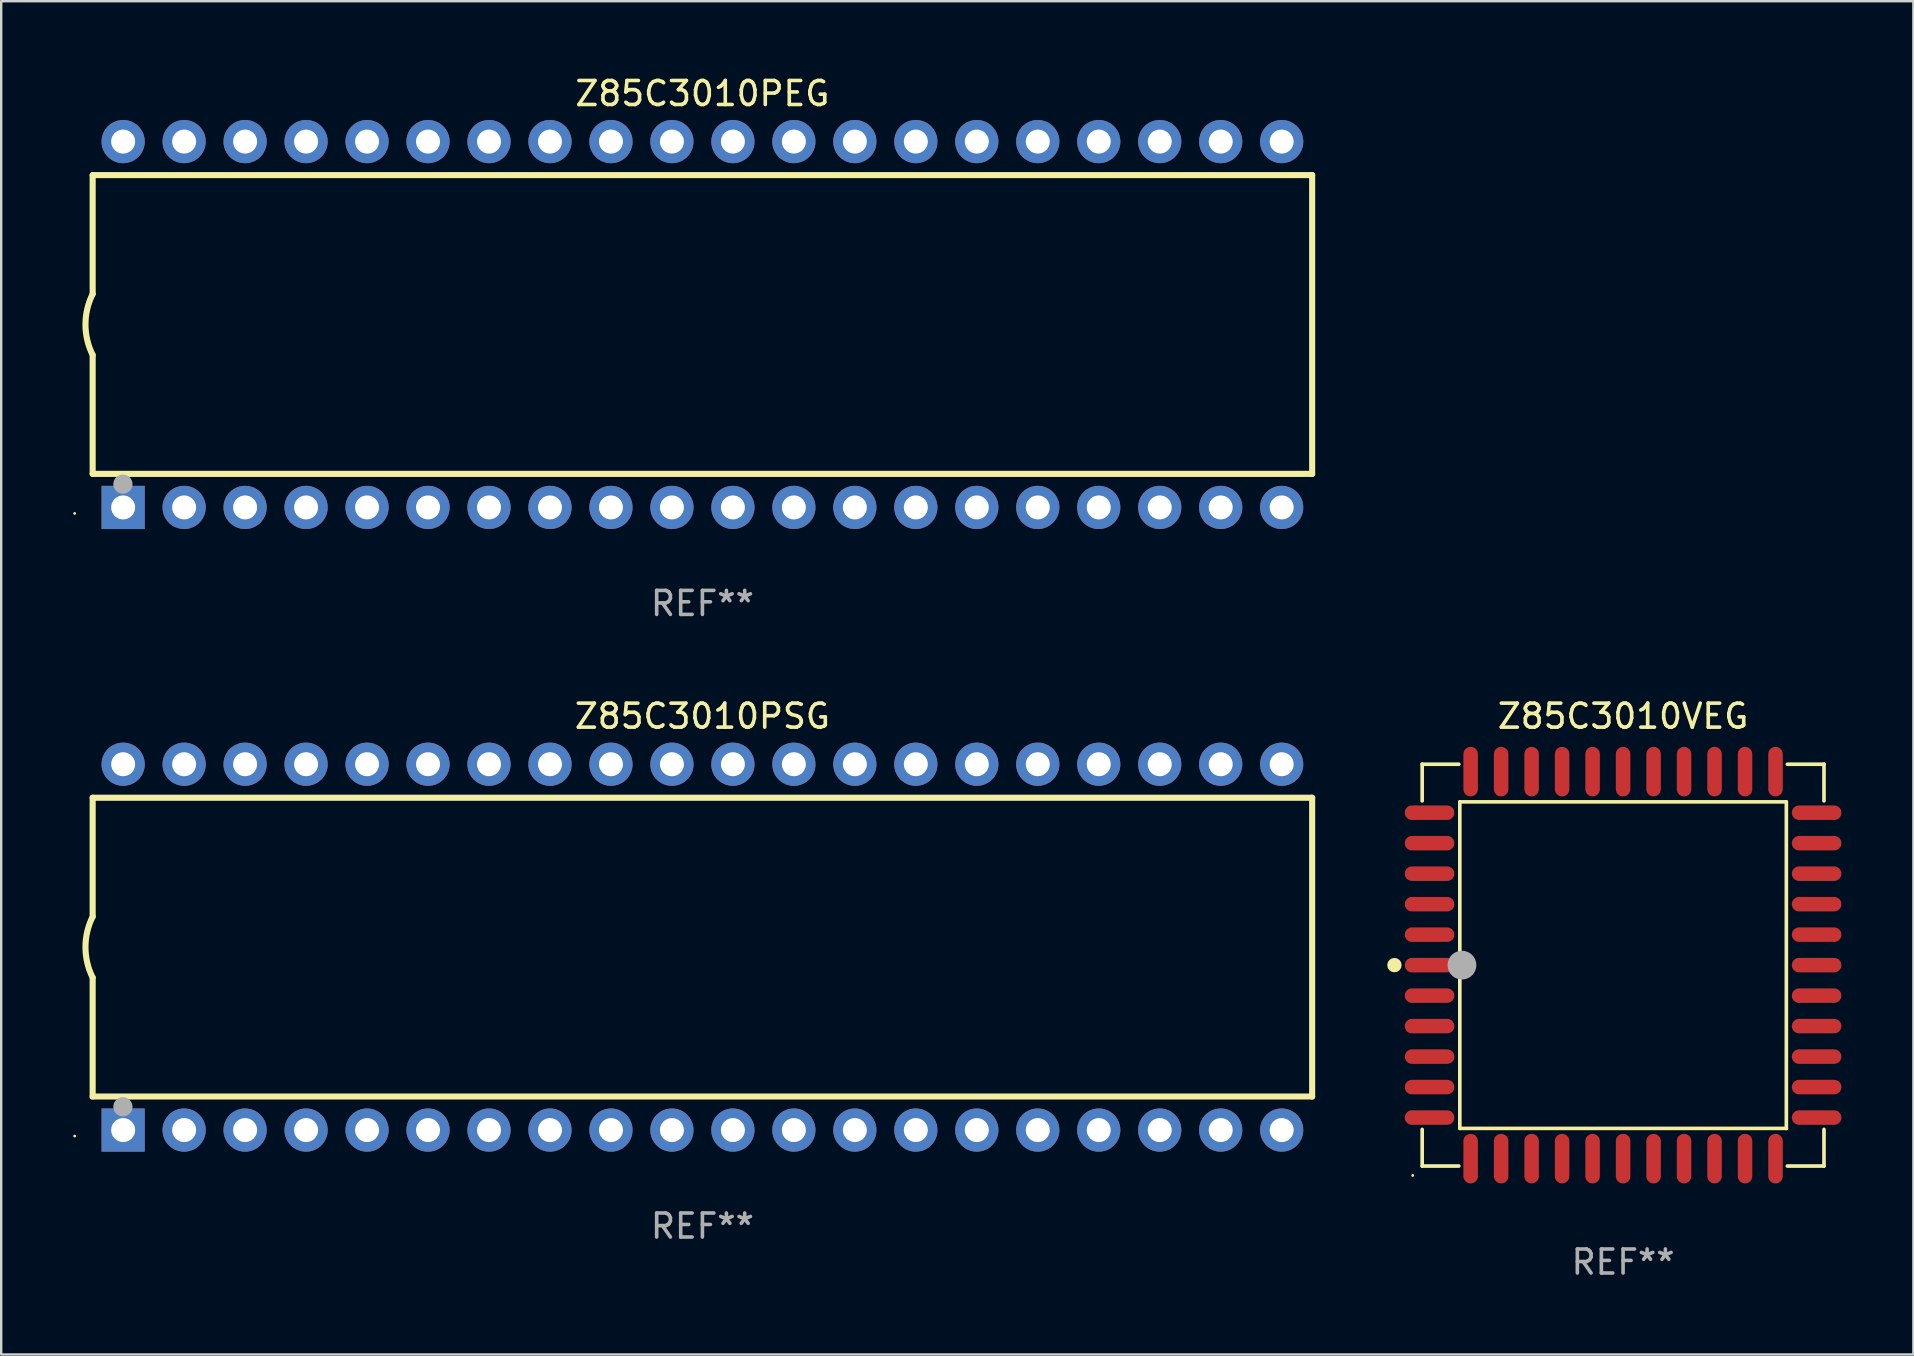
<source format=kicad_pcb>
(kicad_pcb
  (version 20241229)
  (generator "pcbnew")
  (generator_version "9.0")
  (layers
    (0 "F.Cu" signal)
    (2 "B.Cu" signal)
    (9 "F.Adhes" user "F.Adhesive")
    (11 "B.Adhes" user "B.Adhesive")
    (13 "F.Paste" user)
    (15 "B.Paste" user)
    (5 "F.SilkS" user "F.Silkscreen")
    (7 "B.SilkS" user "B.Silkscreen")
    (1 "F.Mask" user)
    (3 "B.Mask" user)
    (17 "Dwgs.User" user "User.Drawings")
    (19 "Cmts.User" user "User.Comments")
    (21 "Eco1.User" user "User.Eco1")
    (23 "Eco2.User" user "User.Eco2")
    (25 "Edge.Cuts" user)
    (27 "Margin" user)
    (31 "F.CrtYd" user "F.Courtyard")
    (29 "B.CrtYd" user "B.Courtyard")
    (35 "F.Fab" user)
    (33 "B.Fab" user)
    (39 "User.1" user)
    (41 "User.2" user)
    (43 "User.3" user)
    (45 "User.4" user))
  (footprint "Z85C3010VEG"
    (layer "F.Cu")
    (at 64.562 37.154)
    (property "Reference" "Z85C3010VEG" (at 0 -10.369 0) (layer "F.SilkS") (effects (font (size 1 1) (thickness 0.15))))
    (attr through_hole)
    (fp_line (start -8.369 -8.369) (end -6.843 -8.369) (stroke (width 0.152) (type solid)) (layer "F.SilkS"))
    (fp_line (start -8.369 -6.843) (end -8.369 -8.369) (stroke (width 0.152) (type solid)) (layer "F.SilkS"))
    (fp_line (start -8.369 6.843) (end -8.369 8.369) (stroke (width 0.152) (type solid)) (layer "F.SilkS"))
    (fp_line (start -8.369 8.369) (end -6.843 8.369) (stroke (width 0.152) (type solid)) (layer "F.SilkS"))
    (fp_line (start -6.801 -6.801) (end 6.801 -6.801) (stroke (width 0.152) (type solid)) (layer "F.SilkS"))
    (fp_line (start -6.801 6.801) (end -6.801 -6.801) (stroke (width 0.152) (type solid)) (layer "F.SilkS"))
    (fp_line (start 6.801 -6.801) (end 6.801 6.801) (stroke (width 0.152) (type solid)) (layer "F.SilkS"))
    (fp_line (start 6.801 6.801) (end -6.801 6.801) (stroke (width 0.152) (type solid)) (layer "F.SilkS"))
    (fp_line (start 8.369 -8.369) (end 6.843 -8.369) (stroke (width 0.152) (type solid)) (layer "F.SilkS"))
    (fp_line (start 8.369 -6.843) (end 8.369 -8.369) (stroke (width 0.152) (type solid)) (layer "F.SilkS"))
    (fp_line (start 8.369 6.843) (end 8.369 8.369) (stroke (width 0.152) (type solid)) (layer "F.SilkS"))
    (fp_line (start 8.369 8.369) (end 6.843 8.369) (stroke (width 0.152) (type solid)) (layer "F.SilkS"))
    (fp_circle (center -9.525 -0.000127) (end -9.375 -0.000127) (stroke (width 0.3) (type solid)) (fill no) (layer "F.SilkS"))
    (fp_circle (center -8.763 8.763) (end -8.733 8.763) (stroke (width 0.06) (type solid)) (fill no) (layer "F.SilkS"))
    (fp_circle (center -6.712 -0.000127) (end -6.412 -0.000127) (stroke (width 0.6) (type solid)) (fill no) (layer "F.Fab"))
    (fp_text user "REF**" (at 0 12.369 0) (layer "F.Fab") (effects (font (size 1 1) (thickness 0.15))))
    (pad "1" smd oval (at -8.061 -0.000127 90) (size 0.604 2.064) (layers "F.Cu" "F.Mask" "F.Paste"))
    (pad "2" smd oval (at -8.061 1.27 90) (size 0.604 2.064) (layers "F.Cu" "F.Mask" "F.Paste"))
    (pad "3" smd oval (at -8.061 2.54 90) (size 0.604 2.064) (layers "F.Cu" "F.Mask" "F.Paste"))
    (pad "4" smd oval (at -8.061 3.81 90) (size 0.604 2.064) (layers "F.Cu" "F.Mask" "F.Paste"))
    (pad "5" smd oval (at -8.061 5.08 90) (size 0.604 2.064) (layers "F.Cu" "F.Mask" "F.Paste"))
    (pad "6" smd oval (at -8.061 6.35 90) (size 0.604 2.064) (layers "F.Cu" "F.Mask" "F.Paste"))
    (pad "7" smd oval (at -6.35 8.061 90) (size 2.064 0.604) (layers "F.Cu" "F.Mask" "F.Paste"))
    (pad "8" smd oval (at -5.08 8.061 90) (size 2.064 0.604) (layers "F.Cu" "F.Mask" "F.Paste"))
    (pad "9" smd oval (at -3.81 8.061 90) (size 2.064 0.604) (layers "F.Cu" "F.Mask" "F.Paste"))
    (pad "10" smd oval (at -2.54 8.061 90) (size 2.064 0.604) (layers "F.Cu" "F.Mask" "F.Paste"))
    (pad "11" smd oval (at -1.27 8.061 90) (size 2.064 0.604) (layers "F.Cu" "F.Mask" "F.Paste"))
    (pad "12" smd oval (at 0.000076 8.061 90) (size 2.064 0.604) (layers "F.Cu" "F.Mask" "F.Paste"))
    (pad "13" smd oval (at 1.27 8.061 90) (size 2.064 0.604) (layers "F.Cu" "F.Mask" "F.Paste"))
    (pad "14" smd oval (at 2.54 8.061 90) (size 2.064 0.604) (layers "F.Cu" "F.Mask" "F.Paste"))
    (pad "15" smd oval (at 3.81 8.061 90) (size 2.064 0.604) (layers "F.Cu" "F.Mask" "F.Paste"))
    (pad "16" smd oval (at 5.08 8.061 90) (size 2.064 0.604) (layers "F.Cu" "F.Mask" "F.Paste"))
    (pad "17" smd oval (at 6.35 8.061 90) (size 2.064 0.604) (layers "F.Cu" "F.Mask" "F.Paste"))
    (pad "18" smd oval (at 8.062 6.35 90) (size 0.604 2.064) (layers "F.Cu" "F.Mask" "F.Paste"))
    (pad "19" smd oval (at 8.062 5.08 90) (size 0.604 2.064) (layers "F.Cu" "F.Mask" "F.Paste"))
    (pad "20" smd oval (at 8.062 3.81 90) (size 0.604 2.064) (layers "F.Cu" "F.Mask" "F.Paste"))
    (pad "21" smd oval (at 8.062 2.54 90) (size 0.604 2.064) (layers "F.Cu" "F.Mask" "F.Paste"))
    (pad "22" smd oval (at 8.062 1.27 90) (size 0.604 2.064) (layers "F.Cu" "F.Mask" "F.Paste"))
    (pad "23" smd oval (at 8.062 -0.000127 90) (size 0.604 2.064) (layers "F.Cu" "F.Mask" "F.Paste"))
    (pad "24" smd oval (at 8.062 -1.27 90) (size 0.604 2.064) (layers "F.Cu" "F.Mask" "F.Paste"))
    (pad "25" smd oval (at 8.062 -2.54 90) (size 0.604 2.064) (layers "F.Cu" "F.Mask" "F.Paste"))
    (pad "26" smd oval (at 8.062 -3.81 90) (size 0.604 2.064) (layers "F.Cu" "F.Mask" "F.Paste"))
    (pad "27" smd oval (at 8.062 -5.08 90) (size 0.604 2.064) (layers "F.Cu" "F.Mask" "F.Paste"))
    (pad "28" smd oval (at 8.062 -6.35 90) (size 0.604 2.064) (layers "F.Cu" "F.Mask" "F.Paste"))
    (pad "29" smd oval (at 6.35 -8.061 90) (size 2.064 0.604) (layers "F.Cu" "F.Mask" "F.Paste"))
    (pad "30" smd oval (at 5.08 -8.061 90) (size 2.064 0.604) (layers "F.Cu" "F.Mask" "F.Paste"))
    (pad "31" smd oval (at 3.81 -8.061 90) (size 2.064 0.604) (layers "F.Cu" "F.Mask" "F.Paste"))
    (pad "32" smd oval (at 2.54 -8.061 90) (size 2.064 0.604) (layers "F.Cu" "F.Mask" "F.Paste"))
    (pad "33" smd oval (at 1.27 -8.061 90) (size 2.064 0.604) (layers "F.Cu" "F.Mask" "F.Paste"))
    (pad "34" smd oval (at 0.000076 -8.061 90) (size 2.064 0.604) (layers "F.Cu" "F.Mask" "F.Paste"))
    (pad "35" smd oval (at -1.27 -8.061 90) (size 2.064 0.604) (layers "F.Cu" "F.Mask" "F.Paste"))
    (pad "36" smd oval (at -2.54 -8.061 90) (size 2.064 0.604) (layers "F.Cu" "F.Mask" "F.Paste"))
    (pad "37" smd oval (at -3.81 -8.061 90) (size 2.064 0.604) (layers "F.Cu" "F.Mask" "F.Paste"))
    (pad "38" smd oval (at -5.08 -8.061 90) (size 2.064 0.604) (layers "F.Cu" "F.Mask" "F.Paste"))
    (pad "39" smd oval (at -6.35 -8.061 90) (size 2.064 0.604) (layers "F.Cu" "F.Mask" "F.Paste"))
    (pad "40" smd oval (at -8.061 -6.35 90) (size 0.604 2.064) (layers "F.Cu" "F.Mask" "F.Paste"))
    (pad "41" smd oval (at -8.061 -5.08 90) (size 0.604 2.064) (layers "F.Cu" "F.Mask" "F.Paste"))
    (pad "42" smd oval (at -8.061 -3.81 90) (size 0.604 2.064) (layers "F.Cu" "F.Mask" "F.Paste"))
    (pad "43" smd oval (at -8.061 -2.54 90) (size 0.604 2.064) (layers "F.Cu" "F.Mask" "F.Paste"))
    (pad "44" smd oval (at -8.061 -1.27 90) (size 0.604 2.064) (layers "F.Cu" "F.Mask" "F.Paste")))
  (footprint "Z85C3010PEG"
    (layer "F.Cu")
    (at 26.21 10.468)
    (property "Reference" "Z85C3010PEG" (at 0 -9.62 0) (layer "F.SilkS") (effects (font (size 1 1) (thickness 0.15))))
    (attr through_hole)
    (fp_line (start -25.4 -6.224) (end -25.4 -1.271) (stroke (width 0.254) (type solid)) (layer "F.SilkS"))
    (fp_line (start -25.4 -6.224) (end 25.4 -6.224) (stroke (width 0.254) (type solid)) (layer "F.SilkS"))
    (fp_line (start -25.4 1.269) (end -25.4 6.222) (stroke (width 0.254) (type solid)) (layer "F.SilkS"))
    (fp_line (start -25.4 6.222) (end 25.4 6.222) (stroke (width 0.254) (type solid)) (layer "F.SilkS"))
    (fp_line (start 25.4 6.222) (end 25.4 -6.224) (stroke (width 0.254) (type solid)) (layer "F.SilkS"))
    (fp_arc (start -25.4 1.269241) (mid -25.699807 -0.000762) (end -25.4 -1.270765) (stroke (width 0.254001) (type solid)) (layer "F.SilkS"))
    (fp_circle (center -26.15 7.87) (end -26.12 7.87) (stroke (width 0.06) (type solid)) (fill no) (layer "F.SilkS"))
    (fp_circle (center -24.14 6.65) (end -23.94 6.65) (stroke (width 0.4) (type solid)) (fill no) (layer "F.Fab"))
    (fp_text user "REF**" (at 0 11.62 0) (layer "F.Fab") (effects (font (size 1 1) (thickness 0.15))))
    (pad "1" thru_hole rect (at -24.13 7.62 90) (size 1.8 1.8) (drill 1) (layers "*.Cu" "*.Mask"))
    (pad "2" thru_hole circle (at -21.59 7.62) (size 1.8 1.8) (drill 1) (layers "*.Cu" "*.Mask"))
    (pad "3" thru_hole circle (at -19.05 7.62) (size 1.8 1.8) (drill 1) (layers "*.Cu" "*.Mask"))
    (pad "4" thru_hole circle (at -16.51 7.62) (size 1.8 1.8) (drill 1) (layers "*.Cu" "*.Mask"))
    (pad "5" thru_hole circle (at -13.97 7.62) (size 1.8 1.8) (drill 1) (layers "*.Cu" "*.Mask"))
    (pad "6" thru_hole circle (at -11.43 7.62) (size 1.8 1.8) (drill 1) (layers "*.Cu" "*.Mask"))
    (pad "7" thru_hole circle (at -8.89 7.62) (size 1.8 1.8) (drill 1) (layers "*.Cu" "*.Mask"))
    (pad "8" thru_hole circle (at -6.35 7.62) (size 1.8 1.8) (drill 1) (layers "*.Cu" "*.Mask"))
    (pad "9" thru_hole circle (at -3.81 7.62) (size 1.8 1.8) (drill 1) (layers "*.Cu" "*.Mask"))
    (pad "10" thru_hole circle (at -1.27 7.62) (size 1.8 1.8) (drill 1) (layers "*.Cu" "*.Mask"))
    (pad "11" thru_hole circle (at 1.27 7.62) (size 1.8 1.8) (drill 1) (layers "*.Cu" "*.Mask"))
    (pad "12" thru_hole circle (at 3.81 7.62) (size 1.8 1.8) (drill 1) (layers "*.Cu" "*.Mask"))
    (pad "13" thru_hole circle (at 6.35 7.62) (size 1.8 1.8) (drill 1) (layers "*.Cu" "*.Mask"))
    (pad "14" thru_hole circle (at 8.89 7.62) (size 1.8 1.8) (drill 1) (layers "*.Cu" "*.Mask"))
    (pad "15" thru_hole circle (at 11.43 7.62) (size 1.8 1.8) (drill 1) (layers "*.Cu" "*.Mask"))
    (pad "16" thru_hole circle (at 13.97 7.62) (size 1.8 1.8) (drill 1) (layers "*.Cu" "*.Mask"))
    (pad "17" thru_hole circle (at 16.51 7.62) (size 1.8 1.8) (drill 1) (layers "*.Cu" "*.Mask"))
    (pad "18" thru_hole circle (at 19.05 7.62) (size 1.8 1.8) (drill 1) (layers "*.Cu" "*.Mask"))
    (pad "19" thru_hole circle (at 21.59 7.62) (size 1.8 1.8) (drill 1) (layers "*.Cu" "*.Mask"))
    (pad "20" thru_hole circle (at 24.13 7.62) (size 1.8 1.8) (drill 1) (layers "*.Cu" "*.Mask"))
    (pad "21" thru_hole circle (at 24.13 -7.62) (size 1.8 1.8) (drill 1) (layers "*.Cu" "*.Mask"))
    (pad "22" thru_hole circle (at 21.59 -7.62) (size 1.8 1.8) (drill 1) (layers "*.Cu" "*.Mask"))
    (pad "23" thru_hole circle (at 19.05 -7.62) (size 1.8 1.8) (drill 1) (layers "*.Cu" "*.Mask"))
    (pad "24" thru_hole circle (at 16.51 -7.62) (size 1.8 1.8) (drill 1) (layers "*.Cu" "*.Mask"))
    (pad "25" thru_hole circle (at 13.97 -7.62) (size 1.8 1.8) (drill 1) (layers "*.Cu" "*.Mask"))
    (pad "26" thru_hole circle (at 11.43 -7.62) (size 1.8 1.8) (drill 1) (layers "*.Cu" "*.Mask"))
    (pad "27" thru_hole circle (at 8.89 -7.62) (size 1.8 1.8) (drill 1) (layers "*.Cu" "*.Mask"))
    (pad "28" thru_hole circle (at 6.35 -7.62) (size 1.8 1.8) (drill 1) (layers "*.Cu" "*.Mask"))
    (pad "29" thru_hole circle (at 3.81 -7.62) (size 1.8 1.8) (drill 1) (layers "*.Cu" "*.Mask"))
    (pad "30" thru_hole circle (at 1.27 -7.62) (size 1.8 1.8) (drill 1) (layers "*.Cu" "*.Mask"))
    (pad "31" thru_hole circle (at -1.27 -7.62) (size 1.8 1.8) (drill 1) (layers "*.Cu" "*.Mask"))
    (pad "32" thru_hole circle (at -3.81 -7.62) (size 1.8 1.8) (drill 1) (layers "*.Cu" "*.Mask"))
    (pad "33" thru_hole circle (at -6.35 -7.62) (size 1.8 1.8) (drill 1) (layers "*.Cu" "*.Mask"))
    (pad "34" thru_hole circle (at -8.89 -7.62) (size 1.8 1.8) (drill 1) (layers "*.Cu" "*.Mask"))
    (pad "35" thru_hole circle (at -11.43 -7.62) (size 1.8 1.8) (drill 1) (layers "*.Cu" "*.Mask"))
    (pad "36" thru_hole circle (at -13.97 -7.62) (size 1.8 1.8) (drill 1) (layers "*.Cu" "*.Mask"))
    (pad "37" thru_hole circle (at -16.51 -7.62) (size 1.8 1.8) (drill 1) (layers "*.Cu" "*.Mask"))
    (pad "38" thru_hole circle (at -19.05 -7.62) (size 1.8 1.8) (drill 1) (layers "*.Cu" "*.Mask"))
    (pad "39" thru_hole circle (at -21.59 -7.62) (size 1.8 1.8) (drill 1) (layers "*.Cu" "*.Mask"))
    (pad "40" thru_hole circle (at -24.13 -7.62) (size 1.8 1.8) (drill 1) (layers "*.Cu" "*.Mask")))
  (footprint "Z85C3010PSG"
    (layer "F.Cu")
    (at 26.21 36.405)
    (property "Reference" "Z85C3010PSG" (at 0 -9.62 0) (layer "F.SilkS") (effects (font (size 1 1) (thickness 0.15))))
    (attr through_hole)
    (fp_line (start -25.4 -6.224) (end -25.4 -1.271) (stroke (width 0.254) (type solid)) (layer "F.SilkS"))
    (fp_line (start -25.4 -6.224) (end 25.4 -6.224) (stroke (width 0.254) (type solid)) (layer "F.SilkS"))
    (fp_line (start -25.4 1.269) (end -25.4 6.222) (stroke (width 0.254) (type solid)) (layer "F.SilkS"))
    (fp_line (start -25.4 6.222) (end 25.4 6.222) (stroke (width 0.254) (type solid)) (layer "F.SilkS"))
    (fp_line (start 25.4 6.222) (end 25.4 -6.224) (stroke (width 0.254) (type solid)) (layer "F.SilkS"))
    (fp_arc (start -25.4 1.269241) (mid -25.699807 -0.000762) (end -25.4 -1.270765) (stroke (width 0.254001) (type solid)) (layer "F.SilkS"))
    (fp_circle (center -26.15 7.87) (end -26.12 7.87) (stroke (width 0.06) (type solid)) (fill no) (layer "F.SilkS"))
    (fp_circle (center -24.14 6.65) (end -23.94 6.65) (stroke (width 0.4) (type solid)) (fill no) (layer "F.Fab"))
    (fp_text user "REF**" (at 0 11.62 0) (layer "F.Fab") (effects (font (size 1 1) (thickness 0.15))))
    (pad "1" thru_hole rect (at -24.13 7.62 90) (size 1.8 1.8) (drill 1) (layers "*.Cu" "*.Mask"))
    (pad "2" thru_hole circle (at -21.59 7.62) (size 1.8 1.8) (drill 1) (layers "*.Cu" "*.Mask"))
    (pad "3" thru_hole circle (at -19.05 7.62) (size 1.8 1.8) (drill 1) (layers "*.Cu" "*.Mask"))
    (pad "4" thru_hole circle (at -16.51 7.62) (size 1.8 1.8) (drill 1) (layers "*.Cu" "*.Mask"))
    (pad "5" thru_hole circle (at -13.97 7.62) (size 1.8 1.8) (drill 1) (layers "*.Cu" "*.Mask"))
    (pad "6" thru_hole circle (at -11.43 7.62) (size 1.8 1.8) (drill 1) (layers "*.Cu" "*.Mask"))
    (pad "7" thru_hole circle (at -8.89 7.62) (size 1.8 1.8) (drill 1) (layers "*.Cu" "*.Mask"))
    (pad "8" thru_hole circle (at -6.35 7.62) (size 1.8 1.8) (drill 1) (layers "*.Cu" "*.Mask"))
    (pad "9" thru_hole circle (at -3.81 7.62) (size 1.8 1.8) (drill 1) (layers "*.Cu" "*.Mask"))
    (pad "10" thru_hole circle (at -1.27 7.62) (size 1.8 1.8) (drill 1) (layers "*.Cu" "*.Mask"))
    (pad "11" thru_hole circle (at 1.27 7.62) (size 1.8 1.8) (drill 1) (layers "*.Cu" "*.Mask"))
    (pad "12" thru_hole circle (at 3.81 7.62) (size 1.8 1.8) (drill 1) (layers "*.Cu" "*.Mask"))
    (pad "13" thru_hole circle (at 6.35 7.62) (size 1.8 1.8) (drill 1) (layers "*.Cu" "*.Mask"))
    (pad "14" thru_hole circle (at 8.89 7.62) (size 1.8 1.8) (drill 1) (layers "*.Cu" "*.Mask"))
    (pad "15" thru_hole circle (at 11.43 7.62) (size 1.8 1.8) (drill 1) (layers "*.Cu" "*.Mask"))
    (pad "16" thru_hole circle (at 13.97 7.62) (size 1.8 1.8) (drill 1) (layers "*.Cu" "*.Mask"))
    (pad "17" thru_hole circle (at 16.51 7.62) (size 1.8 1.8) (drill 1) (layers "*.Cu" "*.Mask"))
    (pad "18" thru_hole circle (at 19.05 7.62) (size 1.8 1.8) (drill 1) (layers "*.Cu" "*.Mask"))
    (pad "19" thru_hole circle (at 21.59 7.62) (size 1.8 1.8) (drill 1) (layers "*.Cu" "*.Mask"))
    (pad "20" thru_hole circle (at 24.13 7.62) (size 1.8 1.8) (drill 1) (layers "*.Cu" "*.Mask"))
    (pad "21" thru_hole circle (at 24.13 -7.62) (size 1.8 1.8) (drill 1) (layers "*.Cu" "*.Mask"))
    (pad "22" thru_hole circle (at 21.59 -7.62) (size 1.8 1.8) (drill 1) (layers "*.Cu" "*.Mask"))
    (pad "23" thru_hole circle (at 19.05 -7.62) (size 1.8 1.8) (drill 1) (layers "*.Cu" "*.Mask"))
    (pad "24" thru_hole circle (at 16.51 -7.62) (size 1.8 1.8) (drill 1) (layers "*.Cu" "*.Mask"))
    (pad "25" thru_hole circle (at 13.97 -7.62) (size 1.8 1.8) (drill 1) (layers "*.Cu" "*.Mask"))
    (pad "26" thru_hole circle (at 11.43 -7.62) (size 1.8 1.8) (drill 1) (layers "*.Cu" "*.Mask"))
    (pad "27" thru_hole circle (at 8.89 -7.62) (size 1.8 1.8) (drill 1) (layers "*.Cu" "*.Mask"))
    (pad "28" thru_hole circle (at 6.35 -7.62) (size 1.8 1.8) (drill 1) (layers "*.Cu" "*.Mask"))
    (pad "29" thru_hole circle (at 3.81 -7.62) (size 1.8 1.8) (drill 1) (layers "*.Cu" "*.Mask"))
    (pad "30" thru_hole circle (at 1.27 -7.62) (size 1.8 1.8) (drill 1) (layers "*.Cu" "*.Mask"))
    (pad "31" thru_hole circle (at -1.27 -7.62) (size 1.8 1.8) (drill 1) (layers "*.Cu" "*.Mask"))
    (pad "32" thru_hole circle (at -3.81 -7.62) (size 1.8 1.8) (drill 1) (layers "*.Cu" "*.Mask"))
    (pad "33" thru_hole circle (at -6.35 -7.62) (size 1.8 1.8) (drill 1) (layers "*.Cu" "*.Mask"))
    (pad "34" thru_hole circle (at -8.89 -7.62) (size 1.8 1.8) (drill 1) (layers "*.Cu" "*.Mask"))
    (pad "35" thru_hole circle (at -11.43 -7.62) (size 1.8 1.8) (drill 1) (layers "*.Cu" "*.Mask"))
    (pad "36" thru_hole circle (at -13.97 -7.62) (size 1.8 1.8) (drill 1) (layers "*.Cu" "*.Mask"))
    (pad "37" thru_hole circle (at -16.51 -7.62) (size 1.8 1.8) (drill 1) (layers "*.Cu" "*.Mask"))
    (pad "38" thru_hole circle (at -19.05 -7.62) (size 1.8 1.8) (drill 1) (layers "*.Cu" "*.Mask"))
    (pad "39" thru_hole circle (at -21.59 -7.62) (size 1.8 1.8) (drill 1) (layers "*.Cu" "*.Mask"))
    (pad "40" thru_hole circle (at -24.13 -7.62) (size 1.8 1.8) (drill 1) (layers "*.Cu" "*.Mask")))
  (gr_rect
    (start -3 -3)
    (end 76.655 53.372)
    (stroke (width 0.1) (type default))
    (fill no)
    (layer "Edge.Cuts")))
</source>
